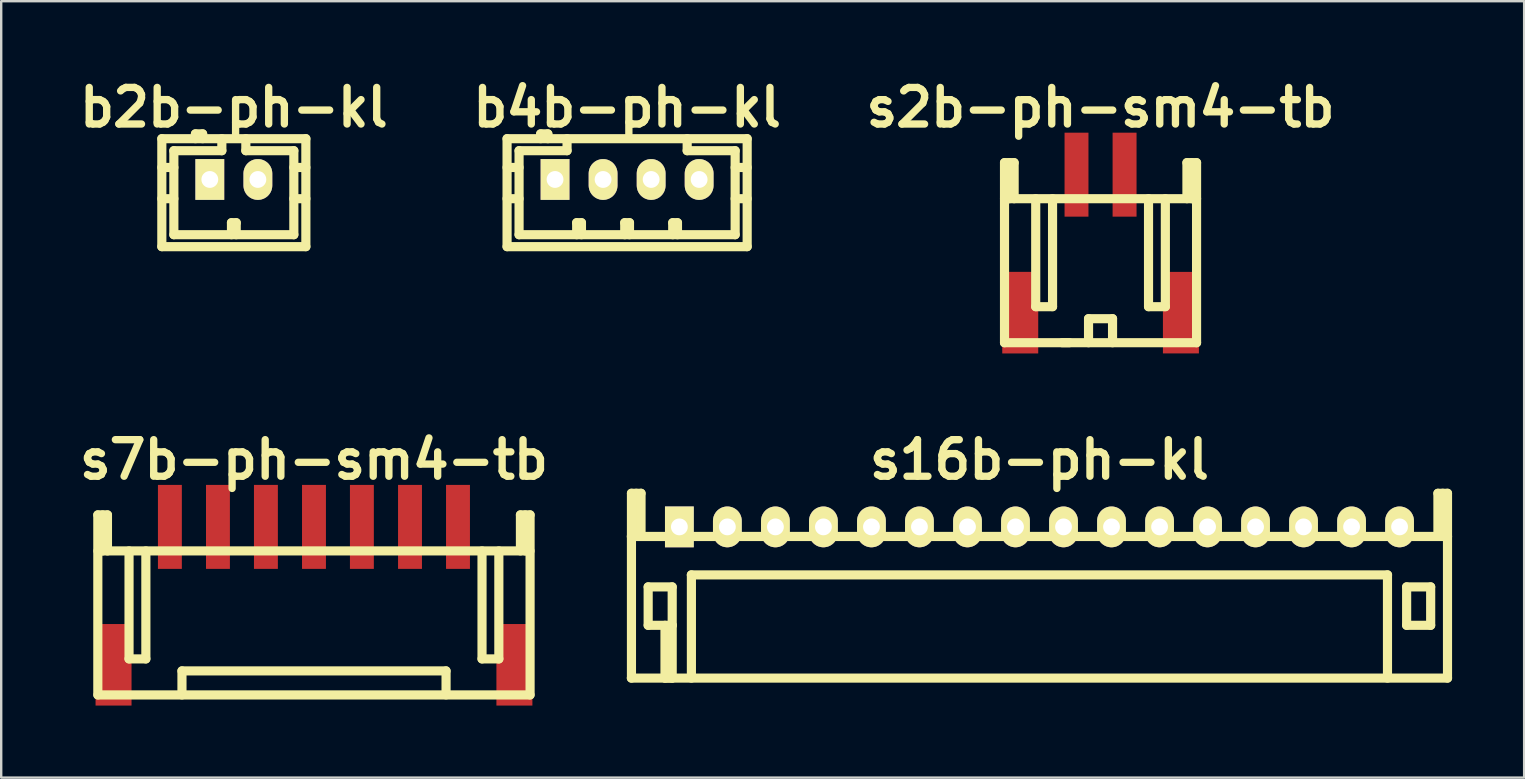
<source format=kicad_pcb>
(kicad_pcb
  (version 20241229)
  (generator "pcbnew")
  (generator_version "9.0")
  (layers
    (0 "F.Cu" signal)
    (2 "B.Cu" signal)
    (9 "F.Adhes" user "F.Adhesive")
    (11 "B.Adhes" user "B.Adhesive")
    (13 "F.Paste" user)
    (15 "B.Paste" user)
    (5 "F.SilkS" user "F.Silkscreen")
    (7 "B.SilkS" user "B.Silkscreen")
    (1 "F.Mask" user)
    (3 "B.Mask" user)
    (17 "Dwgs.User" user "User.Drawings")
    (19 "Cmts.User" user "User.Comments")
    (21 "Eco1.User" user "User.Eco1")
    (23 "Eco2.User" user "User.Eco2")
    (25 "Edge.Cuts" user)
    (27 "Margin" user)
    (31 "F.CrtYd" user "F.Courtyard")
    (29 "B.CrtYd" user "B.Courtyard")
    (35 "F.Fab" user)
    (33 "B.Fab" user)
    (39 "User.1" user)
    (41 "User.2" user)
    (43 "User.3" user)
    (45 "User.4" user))
  (footprint "s7b-ph-sm4-tb"
    (layer "F.Cu")
    (at 10.029 18.898)
    (property "Reference" "s7b-ph-sm4-tb" (at 0 -2.799 0) (layer "F.SilkS") (effects (font (size 1.524 1.524) (thickness 0.305))))
    (attr through_hole)
    (fp_line (start -9.004 7) (end -9.004 -0.5) (stroke (width 0.381) (type solid)) (layer "F.SilkS"))
    (fp_line (start -8.999 7) (end 8.999 7) (stroke (width 0.381) (type solid)) (layer "F.SilkS"))
    (fp_line (start -8.804 -0.5) (end -8.804 1.001) (stroke (width 0.381) (type solid)) (layer "F.SilkS"))
    (fp_line (start -8.603 -0.5) (end -9.004 -0.5) (stroke (width 0.381) (type solid)) (layer "F.SilkS"))
    (fp_line (start -8.603 1.001) (end -8.603 -0.5) (stroke (width 0.381) (type solid)) (layer "F.SilkS"))
    (fp_line (start -7.704 5.499) (end -7.704 1.001) (stroke (width 0.381) (type solid)) (layer "F.SilkS"))
    (fp_line (start -7.003 1.001) (end -7.003 5.499) (stroke (width 0.381) (type solid)) (layer "F.SilkS"))
    (fp_line (start -7.003 5.499) (end -7.704 5.499) (stroke (width 0.381) (type solid)) (layer "F.SilkS"))
    (fp_line (start -5.499 7) (end -5.499 5.999) (stroke (width 0.381) (type solid)) (layer "F.SilkS"))
    (fp_line (start 5.499 5.999) (end -5.499 5.999) (stroke (width 0.381) (type solid)) (layer "F.SilkS"))
    (fp_line (start 5.502 5.999) (end 5.502 6.998) (stroke (width 0.381) (type solid)) (layer "F.SilkS"))
    (fp_line (start 7 1.001) (end 7 5.499) (stroke (width 0.381) (type solid)) (layer "F.SilkS"))
    (fp_line (start 7 5.499) (end 7.701 5.499) (stroke (width 0.381) (type solid)) (layer "F.SilkS"))
    (fp_line (start 7.701 5.499) (end 7.701 1.001) (stroke (width 0.381) (type solid)) (layer "F.SilkS"))
    (fp_line (start 8.6 -0.5) (end 8.6 1.001) (stroke (width 0.381) (type solid)) (layer "F.SilkS"))
    (fp_line (start 8.801 1.001) (end 8.801 -0.5) (stroke (width 0.381) (type solid)) (layer "F.SilkS"))
    (fp_line (start 8.999 1.001) (end -8.999 1.001) (stroke (width 0.381) (type solid)) (layer "F.SilkS"))
    (fp_line (start 9.002 -0.5) (end 8.6 -0.5) (stroke (width 0.381) (type solid)) (layer "F.SilkS"))
    (fp_line (start 9.002 -0.5) (end 9.002 7) (stroke (width 0.381) (type solid)) (layer "F.SilkS"))
    (pad "" smd rect (at -8.349 5.745) (size 1.499 3.396) (layers "F.Cu" "F.Mask" "F.Paste"))
    (pad "" smd rect (at 8.349 5.745) (size 1.499 3.396) (layers "F.Cu" "F.Mask" "F.Paste"))
    (pad "1" smd rect (at -6.002 0) (size 0.996 3.498) (layers "F.Cu" "F.Mask" "F.Paste"))
    (pad "2" smd rect (at -4 0) (size 0.996 3.498) (layers "F.Cu" "F.Mask" "F.Paste"))
    (pad "3" smd rect (at -2.002 0) (size 0.996 3.498) (layers "F.Cu" "F.Mask" "F.Paste"))
    (pad "4" smd rect (at 0 0) (size 0.996 3.498) (layers "F.Cu" "F.Mask" "F.Paste"))
    (pad "5" smd rect (at 1.996 0) (size 0.996 3.498) (layers "F.Cu" "F.Mask" "F.Paste"))
    (pad "6" smd rect (at 4 0) (size 0.996 3.498) (layers "F.Cu" "F.Mask" "F.Paste"))
    (pad "7" smd rect (at 5.999 0) (size 0.996 3.498) (layers "F.Cu" "F.Mask" "F.Paste")))
  (footprint "s16b-ph-kl"
    (layer "F.Cu")
    (at 40.249 18.898)
    (property "Reference" "s16b-ph-kl" (at 0 -2.799 0) (layer "F.SilkS") (effects (font (size 1.524 1.524) (thickness 0.305))))
    (attr through_hole)
    (fp_line (start -16.995 -1.4) (end -16.995 6.299) (stroke (width 0.381) (type solid)) (layer "F.SilkS"))
    (fp_line (start -16.794 -1.4) (end -16.794 0.399) (stroke (width 0.381) (type solid)) (layer "F.SilkS"))
    (fp_line (start -16.596 -1.4) (end -16.995 -1.4) (stroke (width 0.381) (type solid)) (layer "F.SilkS"))
    (fp_line (start -16.596 0.399) (end -16.596 -1.4) (stroke (width 0.381) (type solid)) (layer "F.SilkS"))
    (fp_line (start -16.299 2.499) (end -15.298 2.499) (stroke (width 0.381) (type solid)) (layer "F.SilkS"))
    (fp_line (start -16.299 4.1) (end -16.299 2.499) (stroke (width 0.381) (type solid)) (layer "F.SilkS"))
    (fp_line (start -15.598 6.299) (end -15.598 4.1) (stroke (width 0.381) (type solid)) (layer "F.SilkS"))
    (fp_line (start -15.298 2.499) (end -15.298 4.1) (stroke (width 0.381) (type solid)) (layer "F.SilkS"))
    (fp_line (start -15.298 4.1) (end -16.299 4.1) (stroke (width 0.381) (type solid)) (layer "F.SilkS"))
    (fp_line (start -15.298 4.1) (end -15.298 6.299) (stroke (width 0.381) (type solid)) (layer "F.SilkS"))
    (fp_line (start -15.298 6.299) (end -15.598 6.299) (stroke (width 0.381) (type solid)) (layer "F.SilkS"))
    (fp_line (start -14.501 1.999) (end 14.501 1.999) (stroke (width 0.381) (type solid)) (layer "F.SilkS"))
    (fp_line (start -14.498 1.999) (end -14.498 6.299) (stroke (width 0.381) (type solid)) (layer "F.SilkS"))
    (fp_line (start 14.498 1.999) (end 14.498 6.299) (stroke (width 0.381) (type solid)) (layer "F.SilkS"))
    (fp_line (start 15.296 2.499) (end 16.297 2.499) (stroke (width 0.381) (type solid)) (layer "F.SilkS"))
    (fp_line (start 15.296 4.1) (end 15.296 2.499) (stroke (width 0.381) (type solid)) (layer "F.SilkS"))
    (fp_line (start 16.297 2.499) (end 16.297 4.1) (stroke (width 0.381) (type solid)) (layer "F.SilkS"))
    (fp_line (start 16.297 4.1) (end 15.296 4.1) (stroke (width 0.381) (type solid)) (layer "F.SilkS"))
    (fp_line (start 16.599 -1.4) (end 16.599 0.399) (stroke (width 0.381) (type solid)) (layer "F.SilkS"))
    (fp_line (start 16.797 -1.4) (end 16.797 0.399) (stroke (width 0.381) (type solid)) (layer "F.SilkS"))
    (fp_line (start 16.998 -1.4) (end 16.599 -1.4) (stroke (width 0.381) (type solid)) (layer "F.SilkS"))
    (fp_line (start 16.998 6.299) (end 16.998 -1.4) (stroke (width 0.381) (type solid)) (layer "F.SilkS"))
    (fp_line (start 17 0.399) (end -17 0.399) (stroke (width 0.381) (type solid)) (layer "F.SilkS"))
    (fp_line (start 17 6.299) (end -17 6.299) (stroke (width 0.381) (type solid)) (layer "F.SilkS"))
    (pad "1" thru_hole rect (at -14.999 0) (size 1.199 1.699) (drill 0.701) (layers "*.Cu" "*.Mask" "F.SilkS"))
    (pad "2" thru_hole oval (at -13 0) (size 1.199 1.699) (drill 0.701) (layers "*.Cu" "*.Mask" "F.SilkS"))
    (pad "3" thru_hole oval (at -10.998 0) (size 1.199 1.699) (drill 0.701) (layers "*.Cu" "*.Mask" "F.SilkS"))
    (pad "4" thru_hole oval (at -8.999 0) (size 1.199 1.699) (drill 0.701) (layers "*.Cu" "*.Mask" "F.SilkS"))
    (pad "5" thru_hole oval (at -6.998 0) (size 1.199 1.699) (drill 0.701) (layers "*.Cu" "*.Mask" "F.SilkS"))
    (pad "6" thru_hole oval (at -4.999 0) (size 1.199 1.699) (drill 0.701) (layers "*.Cu" "*.Mask" "F.SilkS"))
    (pad "7" thru_hole oval (at -2.997 0) (size 1.199 1.699) (drill 0.701) (layers "*.Cu" "*.Mask" "F.SilkS"))
    (pad "8" thru_hole oval (at -0.998 0) (size 1.199 1.699) (drill 0.701) (layers "*.Cu" "*.Mask" "F.SilkS"))
    (pad "9" thru_hole oval (at 1.003 0) (size 1.199 1.699) (drill 0.701) (layers "*.Cu" "*.Mask" "F.SilkS"))
    (pad "10" thru_hole oval (at 3.002 0) (size 1.199 1.699) (drill 0.701) (layers "*.Cu" "*.Mask" "F.SilkS"))
    (pad "11" thru_hole oval (at 5.004 0) (size 1.199 1.699) (drill 0.701) (layers "*.Cu" "*.Mask" "F.SilkS"))
    (pad "12" thru_hole oval (at 7.003 0) (size 1.199 1.699) (drill 0.701) (layers "*.Cu" "*.Mask" "F.SilkS"))
    (pad "13" thru_hole oval (at 9.002 0) (size 1.199 1.699) (drill 0.701) (layers "*.Cu" "*.Mask" "F.SilkS"))
    (pad "14" thru_hole oval (at 11.001 0) (size 1.199 1.699) (drill 0.701) (layers "*.Cu" "*.Mask" "F.SilkS"))
    (pad "15" thru_hole oval (at 13.002 0) (size 1.199 1.699) (drill 0.701) (layers "*.Cu" "*.Mask" "F.SilkS"))
    (pad "16" thru_hole oval (at 15.001 0) (size 1.199 1.699) (drill 0.701) (layers "*.Cu" "*.Mask" "F.SilkS")))
  (footprint "b4b-ph-kl"
    (layer "F.Cu")
    (at 23.073 4.426)
    (property "Reference" "b4b-ph-kl" (at 0 -3 0) (layer "F.SilkS") (effects (font (size 1.524 1.524) (thickness 0.305))))
    (attr through_hole)
    (fp_line (start -5.001 -1.699) (end -5.001 2.799) (stroke (width 0.381) (type solid)) (layer "F.SilkS"))
    (fp_line (start -5.001 -1.699) (end 5.001 -1.699) (stroke (width 0.381) (type solid)) (layer "F.SilkS"))
    (fp_line (start -5.001 2.799) (end 5.001 2.799) (stroke (width 0.381) (type solid)) (layer "F.SilkS"))
    (fp_line (start -4.501 -1.199) (end -4.501 2.301) (stroke (width 0.381) (type solid)) (layer "F.SilkS"))
    (fp_line (start -4.501 -0.5) (end -5.001 -0.5) (stroke (width 0.381) (type solid)) (layer "F.SilkS"))
    (fp_line (start -4.501 0.8) (end -5.001 0.8) (stroke (width 0.381) (type solid)) (layer "F.SilkS"))
    (fp_line (start -3.602 -1.9) (end -3.602 -1.699) (stroke (width 0.381) (type solid)) (layer "F.SilkS"))
    (fp_line (start -3.302 -1.9) (end -3.602 -1.9) (stroke (width 0.381) (type solid)) (layer "F.SilkS"))
    (fp_line (start -3.302 -1.699) (end -3.302 -1.9) (stroke (width 0.381) (type solid)) (layer "F.SilkS"))
    (fp_line (start -2.502 -1.699) (end -2.502 -1.199) (stroke (width 0.381) (type solid)) (layer "F.SilkS"))
    (fp_line (start -2.502 -1.199) (end -4.501 -1.199) (stroke (width 0.381) (type solid)) (layer "F.SilkS"))
    (fp_line (start -2.101 1.801) (end -1.902 1.801) (stroke (width 0.381) (type solid)) (layer "F.SilkS"))
    (fp_line (start -2.101 2.301) (end -2.101 1.801) (stroke (width 0.381) (type solid)) (layer "F.SilkS"))
    (fp_line (start -1.902 1.801) (end -1.902 2.301) (stroke (width 0.381) (type solid)) (layer "F.SilkS"))
    (fp_line (start -0.099 1.801) (end 0.099 1.801) (stroke (width 0.381) (type solid)) (layer "F.SilkS"))
    (fp_line (start -0.099 2.301) (end -0.099 1.801) (stroke (width 0.381) (type solid)) (layer "F.SilkS"))
    (fp_line (start 0.099 1.801) (end 0.099 2.301) (stroke (width 0.381) (type solid)) (layer "F.SilkS"))
    (fp_line (start 1.9 1.801) (end 2.098 1.801) (stroke (width 0.381) (type solid)) (layer "F.SilkS"))
    (fp_line (start 1.9 2.301) (end 1.9 1.801) (stroke (width 0.381) (type solid)) (layer "F.SilkS"))
    (fp_line (start 2.098 1.801) (end 2.098 2.301) (stroke (width 0.381) (type solid)) (layer "F.SilkS"))
    (fp_line (start 2.502 -1.199) (end 2.502 -1.699) (stroke (width 0.381) (type solid)) (layer "F.SilkS"))
    (fp_line (start 4.501 -1.199) (end 2.502 -1.199) (stroke (width 0.381) (type solid)) (layer "F.SilkS"))
    (fp_line (start 4.501 0.8) (end 5.001 0.8) (stroke (width 0.381) (type solid)) (layer "F.SilkS"))
    (fp_line (start 4.501 2.301) (end -4.501 2.301) (stroke (width 0.381) (type solid)) (layer "F.SilkS"))
    (fp_line (start 4.501 2.301) (end 4.501 -1.199) (stroke (width 0.381) (type solid)) (layer "F.SilkS"))
    (fp_line (start 5.001 -1.699) (end 5.001 2.799) (stroke (width 0.381) (type solid)) (layer "F.SilkS"))
    (fp_line (start 5.001 -0.5) (end 4.501 -0.5) (stroke (width 0.381) (type solid)) (layer "F.SilkS"))
    (pad "1" thru_hole rect (at -3.002 0) (size 1.199 1.699) (drill 0.701) (layers "*.Cu" "*.Mask" "F.SilkS"))
    (pad "2" thru_hole oval (at -1.001 0) (size 1.199 1.699) (drill 0.701) (layers "*.Cu" "*.Mask" "F.SilkS"))
    (pad "3" thru_hole oval (at 1.001 0) (size 1.199 1.699) (drill 0.701) (layers "*.Cu" "*.Mask" "F.SilkS"))
    (pad "4" thru_hole oval (at 3 0) (size 1.199 1.699) (drill 0.701) (layers "*.Cu" "*.Mask" "F.SilkS")))
  (footprint "b2b-ph-kl"
    (layer "F.Cu")
    (at 6.691 4.426)
    (property "Reference" "b2b-ph-kl" (at 0 -3 0) (layer "F.SilkS") (effects (font (size 1.524 1.524) (thickness 0.305))))
    (attr through_hole)
    (fp_line (start -3 -1.699) (end -3 2.799) (stroke (width 0.381) (type solid)) (layer "F.SilkS"))
    (fp_line (start -3 2.799) (end 3 2.799) (stroke (width 0.381) (type solid)) (layer "F.SilkS"))
    (fp_line (start -2.499 -1.199) (end -2.499 2.301) (stroke (width 0.381) (type solid)) (layer "F.SilkS"))
    (fp_line (start -2.499 -0.5) (end -3 -0.5) (stroke (width 0.381) (type solid)) (layer "F.SilkS"))
    (fp_line (start -2.499 0.8) (end -3 0.8) (stroke (width 0.381) (type solid)) (layer "F.SilkS"))
    (fp_line (start -2.499 2.301) (end 2.499 2.301) (stroke (width 0.381) (type solid)) (layer "F.SilkS"))
    (fp_line (start -1.6 -1.9) (end -1.6 -1.699) (stroke (width 0.381) (type solid)) (layer "F.SilkS"))
    (fp_line (start -1.3 -1.9) (end -1.6 -1.9) (stroke (width 0.381) (type solid)) (layer "F.SilkS"))
    (fp_line (start -1.3 -1.699) (end -1.3 -1.9) (stroke (width 0.381) (type solid)) (layer "F.SilkS"))
    (fp_line (start -0.5 -1.699) (end -0.5 -1.199) (stroke (width 0.381) (type solid)) (layer "F.SilkS"))
    (fp_line (start -0.5 -1.199) (end -2.499 -1.199) (stroke (width 0.381) (type solid)) (layer "F.SilkS"))
    (fp_line (start -0.099 1.801) (end 0.099 1.801) (stroke (width 0.381) (type solid)) (layer "F.SilkS"))
    (fp_line (start -0.099 2.301) (end -0.099 1.801) (stroke (width 0.381) (type solid)) (layer "F.SilkS"))
    (fp_line (start 0.099 1.801) (end 0.099 2.301) (stroke (width 0.381) (type solid)) (layer "F.SilkS"))
    (fp_line (start 0.5 -1.199) (end 0.5 -1.699) (stroke (width 0.381) (type solid)) (layer "F.SilkS"))
    (fp_line (start 2.499 -1.199) (end 0.5 -1.199) (stroke (width 0.381) (type solid)) (layer "F.SilkS"))
    (fp_line (start 2.499 0.8) (end 3 0.8) (stroke (width 0.381) (type solid)) (layer "F.SilkS"))
    (fp_line (start 2.499 2.301) (end 2.499 -1.199) (stroke (width 0.381) (type solid)) (layer "F.SilkS"))
    (fp_line (start 3 -1.699) (end -3 -1.699) (stroke (width 0.381) (type solid)) (layer "F.SilkS"))
    (fp_line (start 3 -1.699) (end 3 2.799) (stroke (width 0.381) (type solid)) (layer "F.SilkS"))
    (fp_line (start 3 -0.5) (end 2.499 -0.5) (stroke (width 0.381) (type solid)) (layer "F.SilkS"))
    (pad "1" thru_hole rect (at -1.001 0) (size 1.199 1.699) (drill 0.701) (layers "*.Cu" "*.Mask" "F.SilkS"))
    (pad "2" thru_hole oval (at 1.001 0) (size 1.199 1.699) (drill 0.701) (layers "*.Cu" "*.Mask" "F.SilkS")))
  (footprint "s2b-ph-sm4-tb"
    (layer "F.Cu")
    (at 42.794 4.226)
    (property "Reference" "s2b-ph-sm4-tb" (at 0 -2.799 0) (layer "F.SilkS") (effects (font (size 1.524 1.524) (thickness 0.305))))
    (attr through_hole)
    (fp_line (start -4 7) (end -4 -0.5) (stroke (width 0.381) (type solid)) (layer "F.SilkS"))
    (fp_line (start -4 7) (end 4 7) (stroke (width 0.381) (type solid)) (layer "F.SilkS"))
    (fp_line (start -3.8 -0.5) (end -3.8 1.001) (stroke (width 0.381) (type solid)) (layer "F.SilkS"))
    (fp_line (start -3.599 -0.5) (end -4 -0.5) (stroke (width 0.381) (type solid)) (layer "F.SilkS"))
    (fp_line (start -3.599 1.001) (end -3.599 -0.5) (stroke (width 0.381) (type solid)) (layer "F.SilkS"))
    (fp_line (start -2.7 5.499) (end -2.7 1.001) (stroke (width 0.381) (type solid)) (layer "F.SilkS"))
    (fp_line (start -1.999 1.001) (end -1.999 5.499) (stroke (width 0.381) (type solid)) (layer "F.SilkS"))
    (fp_line (start -1.999 5.499) (end -2.7 5.499) (stroke (width 0.381) (type solid)) (layer "F.SilkS"))
    (fp_line (start -1.3 7) (end -1.6 7) (stroke (width 0.381) (type solid)) (layer "F.SilkS"))
    (fp_line (start -0.5 5.999) (end 0.5 5.999) (stroke (width 0.381) (type solid)) (layer "F.SilkS"))
    (fp_line (start -0.5 7) (end -0.5 5.999) (stroke (width 0.381) (type solid)) (layer "F.SilkS"))
    (fp_line (start 0.5 5.999) (end 0.5 7) (stroke (width 0.381) (type solid)) (layer "F.SilkS"))
    (fp_line (start 1.999 1.001) (end 1.999 5.499) (stroke (width 0.381) (type solid)) (layer "F.SilkS"))
    (fp_line (start 1.999 5.499) (end 2.7 5.499) (stroke (width 0.381) (type solid)) (layer "F.SilkS"))
    (fp_line (start 2.7 5.499) (end 2.7 1.001) (stroke (width 0.381) (type solid)) (layer "F.SilkS"))
    (fp_line (start 3.599 -0.5) (end 3.599 1.001) (stroke (width 0.381) (type solid)) (layer "F.SilkS"))
    (fp_line (start 3.8 1.001) (end 3.8 -0.5) (stroke (width 0.381) (type solid)) (layer "F.SilkS"))
    (fp_line (start 4 -0.5) (end 3.599 -0.5) (stroke (width 0.381) (type solid)) (layer "F.SilkS"))
    (fp_line (start 4 -0.5) (end 4 7) (stroke (width 0.381) (type solid)) (layer "F.SilkS"))
    (fp_line (start 4 1.001) (end -4 1.001) (stroke (width 0.381) (type solid)) (layer "F.SilkS"))
    (pad "" smd rect (at -3.345 5.748) (size 1.499 3.399) (layers "F.Cu" "F.Mask" "F.Paste"))
    (pad "" smd rect (at 3.348 5.748) (size 1.499 3.396) (layers "F.Cu" "F.Mask" "F.Paste"))
    (pad "1" smd rect (at -1.001 0) (size 0.996 3.498) (layers "F.Cu" "F.Mask" "F.Paste"))
    (pad "2" smd rect (at 1.001 0) (size 0.998 3.498) (layers "F.Cu" "F.Mask" "F.Paste")))
  (gr_rect
    (start -3 -3)
    (end 60.44 29.342)
    (stroke (width 0.1) (type default))
    (fill no)
    (layer "Edge.Cuts")))
</source>
